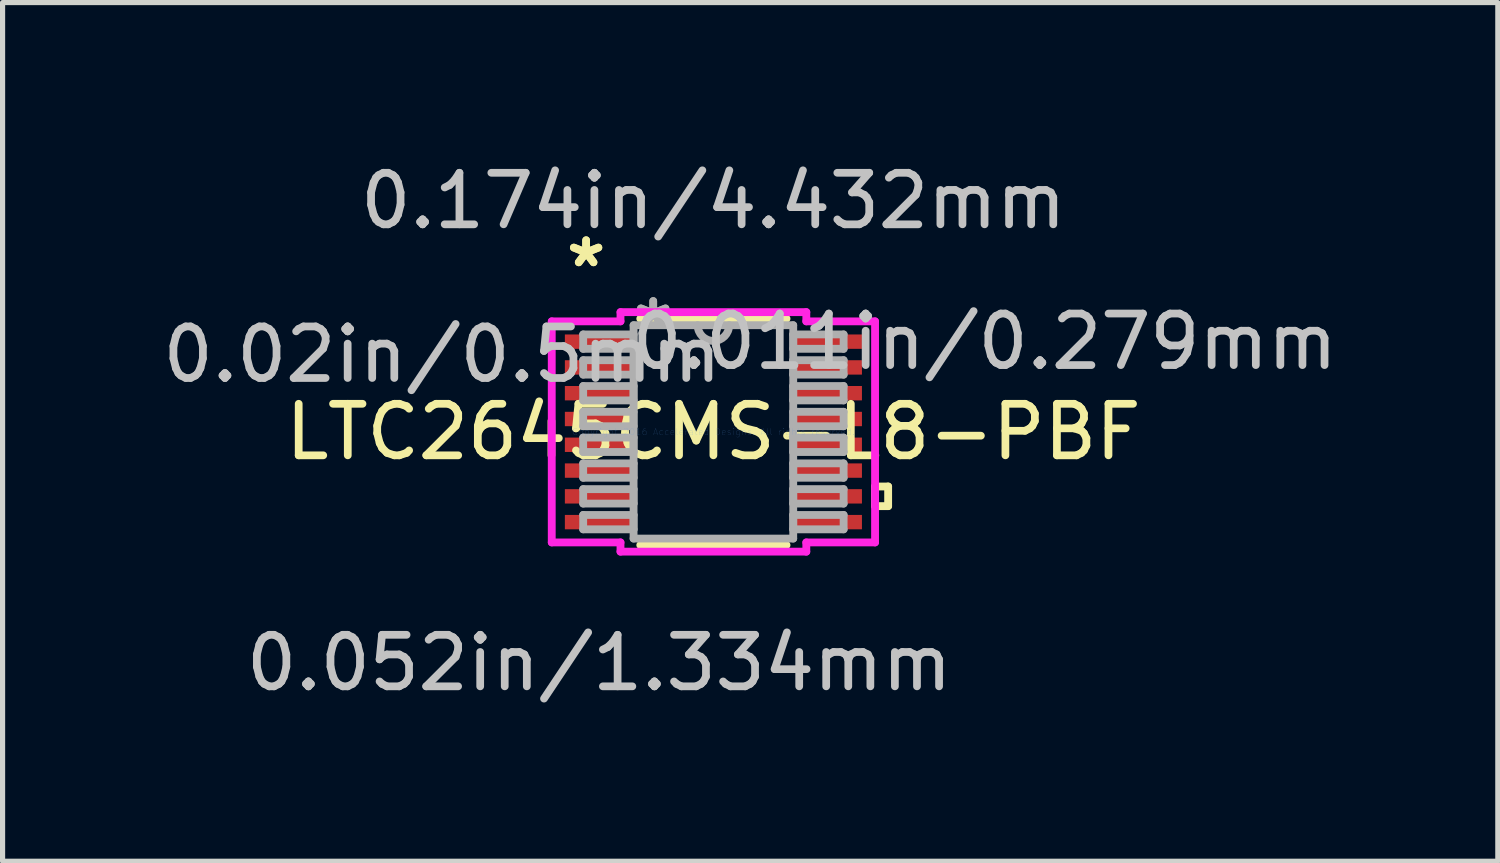
<source format=kicad_pcb>
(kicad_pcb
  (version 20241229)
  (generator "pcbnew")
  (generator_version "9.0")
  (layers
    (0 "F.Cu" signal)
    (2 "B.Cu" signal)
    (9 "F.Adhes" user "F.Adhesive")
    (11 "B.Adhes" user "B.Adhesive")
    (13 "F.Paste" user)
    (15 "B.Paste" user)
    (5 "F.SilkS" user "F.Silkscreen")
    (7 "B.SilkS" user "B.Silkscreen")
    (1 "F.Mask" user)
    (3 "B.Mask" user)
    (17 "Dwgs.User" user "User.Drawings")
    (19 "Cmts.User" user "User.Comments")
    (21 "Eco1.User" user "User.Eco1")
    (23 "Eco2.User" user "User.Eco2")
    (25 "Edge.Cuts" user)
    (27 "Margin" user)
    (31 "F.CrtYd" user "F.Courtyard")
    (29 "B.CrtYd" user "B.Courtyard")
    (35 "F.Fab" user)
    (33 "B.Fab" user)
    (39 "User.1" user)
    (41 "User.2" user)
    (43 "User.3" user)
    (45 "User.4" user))
  (footprint "LTC2645CMS-L8-PBF"
    (layer "F.Cu")
    (at 10.794 5.331)
    (property "Reference" "LTC2645CMS-L8-PBF" (at 0 0 0) (layer "F.SilkS") (effects (font (size 1 1) (thickness 0.15))))
    (attr through_hole)
    (fp_line (start -1.419 2.197) (end 1.419 2.197) (stroke (width 0.152) (type solid)) (layer "F.SilkS"))
    (fp_line (start 1.419 -2.197) (end -1.419 -2.197) (stroke (width 0.152) (type solid)) (layer "F.SilkS"))
    (fp_line (start 3.137 1.06) (end 3.391 1.06) (stroke (width 0.152) (type solid)) (layer "F.SilkS"))
    (fp_line (start 3.137 1.441) (end 3.137 1.06) (stroke (width 0.152) (type solid)) (layer "F.SilkS"))
    (fp_line (start 3.391 1.06) (end 3.391 1.441) (stroke (width 0.152) (type solid)) (layer "F.SilkS"))
    (fp_line (start 3.391 1.441) (end 3.137 1.441) (stroke (width 0.152) (type solid)) (layer "F.SilkS"))
    (fp_line (start -3.137 -2.145) (end -1.803 -2.145) (stroke (width 0.152) (type solid)) (layer "F.CrtYd"))
    (fp_line (start -3.137 2.145) (end -3.137 -2.145) (stroke (width 0.152) (type solid)) (layer "F.CrtYd"))
    (fp_line (start -1.803 -2.324) (end 1.803 -2.324) (stroke (width 0.152) (type solid)) (layer "F.CrtYd"))
    (fp_line (start -1.803 -2.145) (end -1.803 -2.324) (stroke (width 0.152) (type solid)) (layer "F.CrtYd"))
    (fp_line (start -1.803 2.145) (end -3.137 2.145) (stroke (width 0.152) (type solid)) (layer "F.CrtYd"))
    (fp_line (start -1.803 2.324) (end -1.803 2.145) (stroke (width 0.152) (type solid)) (layer "F.CrtYd"))
    (fp_line (start 1.803 -2.324) (end 1.803 -2.145) (stroke (width 0.152) (type solid)) (layer "F.CrtYd"))
    (fp_line (start 1.803 -2.145) (end 3.137 -2.145) (stroke (width 0.152) (type solid)) (layer "F.CrtYd"))
    (fp_line (start 1.803 2.145) (end 1.803 2.324) (stroke (width 0.152) (type solid)) (layer "F.CrtYd"))
    (fp_line (start 1.803 2.324) (end -1.803 2.324) (stroke (width 0.152) (type solid)) (layer "F.CrtYd"))
    (fp_line (start 3.137 -2.145) (end 3.137 2.145) (stroke (width 0.152) (type solid)) (layer "F.CrtYd"))
    (fp_line (start 3.137 2.145) (end 1.803 2.145) (stroke (width 0.152) (type solid)) (layer "F.CrtYd"))
    (fp_line (start -2.527 -1.891) (end -2.527 -1.612) (stroke (width 0.152) (type solid)) (layer "F.Fab"))
    (fp_line (start -2.527 -1.612) (end -1.549 -1.612) (stroke (width 0.152) (type solid)) (layer "F.Fab"))
    (fp_line (start -2.527 -1.391) (end -2.527 -1.111) (stroke (width 0.152) (type solid)) (layer "F.Fab"))
    (fp_line (start -2.527 -1.111) (end -1.549 -1.111) (stroke (width 0.152) (type solid)) (layer "F.Fab"))
    (fp_line (start -2.527 -0.89) (end -2.527 -0.611) (stroke (width 0.152) (type solid)) (layer "F.Fab"))
    (fp_line (start -2.527 -0.611) (end -1.549 -0.611) (stroke (width 0.152) (type solid)) (layer "F.Fab"))
    (fp_line (start -2.527 -0.39) (end -2.527 -0.11) (stroke (width 0.152) (type solid)) (layer "F.Fab"))
    (fp_line (start -2.527 -0.11) (end -1.549 -0.11) (stroke (width 0.152) (type solid)) (layer "F.Fab"))
    (fp_line (start -2.527 0.11) (end -2.527 0.39) (stroke (width 0.152) (type solid)) (layer "F.Fab"))
    (fp_line (start -2.527 0.39) (end -1.549 0.39) (stroke (width 0.152) (type solid)) (layer "F.Fab"))
    (fp_line (start -2.527 0.611) (end -2.527 0.89) (stroke (width 0.152) (type solid)) (layer "F.Fab"))
    (fp_line (start -2.527 0.89) (end -1.549 0.89) (stroke (width 0.152) (type solid)) (layer "F.Fab"))
    (fp_line (start -2.527 1.111) (end -2.527 1.391) (stroke (width 0.152) (type solid)) (layer "F.Fab"))
    (fp_line (start -2.527 1.391) (end -1.549 1.391) (stroke (width 0.152) (type solid)) (layer "F.Fab"))
    (fp_line (start -2.527 1.612) (end -2.527 1.891) (stroke (width 0.152) (type solid)) (layer "F.Fab"))
    (fp_line (start -2.527 1.891) (end -1.549 1.891) (stroke (width 0.152) (type solid)) (layer "F.Fab"))
    (fp_line (start -1.549 -2.07) (end -1.549 2.07) (stroke (width 0.152) (type solid)) (layer "F.Fab"))
    (fp_line (start -1.549 -1.891) (end -2.527 -1.891) (stroke (width 0.152) (type solid)) (layer "F.Fab"))
    (fp_line (start -1.549 -1.612) (end -1.549 -1.891) (stroke (width 0.152) (type solid)) (layer "F.Fab"))
    (fp_line (start -1.549 -1.391) (end -2.527 -1.391) (stroke (width 0.152) (type solid)) (layer "F.Fab"))
    (fp_line (start -1.549 -1.111) (end -1.549 -1.391) (stroke (width 0.152) (type solid)) (layer "F.Fab"))
    (fp_line (start -1.549 -0.89) (end -2.527 -0.89) (stroke (width 0.152) (type solid)) (layer "F.Fab"))
    (fp_line (start -1.549 -0.611) (end -1.549 -0.89) (stroke (width 0.152) (type solid)) (layer "F.Fab"))
    (fp_line (start -1.549 -0.39) (end -2.527 -0.39) (stroke (width 0.152) (type solid)) (layer "F.Fab"))
    (fp_line (start -1.549 -0.11) (end -1.549 -0.39) (stroke (width 0.152) (type solid)) (layer "F.Fab"))
    (fp_line (start -1.549 0.11) (end -2.527 0.11) (stroke (width 0.152) (type solid)) (layer "F.Fab"))
    (fp_line (start -1.549 0.39) (end -1.549 0.11) (stroke (width 0.152) (type solid)) (layer "F.Fab"))
    (fp_line (start -1.549 0.611) (end -2.527 0.611) (stroke (width 0.152) (type solid)) (layer "F.Fab"))
    (fp_line (start -1.549 0.89) (end -1.549 0.611) (stroke (width 0.152) (type solid)) (layer "F.Fab"))
    (fp_line (start -1.549 1.111) (end -2.527 1.111) (stroke (width 0.152) (type solid)) (layer "F.Fab"))
    (fp_line (start -1.549 1.391) (end -1.549 1.111) (stroke (width 0.152) (type solid)) (layer "F.Fab"))
    (fp_line (start -1.549 1.612) (end -2.527 1.612) (stroke (width 0.152) (type solid)) (layer "F.Fab"))
    (fp_line (start -1.549 1.891) (end -1.549 1.612) (stroke (width 0.152) (type solid)) (layer "F.Fab"))
    (fp_line (start -1.549 2.07) (end 1.549 2.07) (stroke (width 0.152) (type solid)) (layer "F.Fab"))
    (fp_line (start 1.549 -2.07) (end -1.549 -2.07) (stroke (width 0.152) (type solid)) (layer "F.Fab"))
    (fp_line (start 1.549 -1.891) (end 1.549 -1.612) (stroke (width 0.152) (type solid)) (layer "F.Fab"))
    (fp_line (start 1.549 -1.612) (end 2.527 -1.612) (stroke (width 0.152) (type solid)) (layer "F.Fab"))
    (fp_line (start 1.549 -1.391) (end 1.549 -1.111) (stroke (width 0.152) (type solid)) (layer "F.Fab"))
    (fp_line (start 1.549 -1.111) (end 2.527 -1.111) (stroke (width 0.152) (type solid)) (layer "F.Fab"))
    (fp_line (start 1.549 -0.89) (end 1.549 -0.611) (stroke (width 0.152) (type solid)) (layer "F.Fab"))
    (fp_line (start 1.549 -0.611) (end 2.527 -0.611) (stroke (width 0.152) (type solid)) (layer "F.Fab"))
    (fp_line (start 1.549 -0.39) (end 1.549 -0.11) (stroke (width 0.152) (type solid)) (layer "F.Fab"))
    (fp_line (start 1.549 -0.11) (end 2.527 -0.11) (stroke (width 0.152) (type solid)) (layer "F.Fab"))
    (fp_line (start 1.549 0.11) (end 1.549 0.39) (stroke (width 0.152) (type solid)) (layer "F.Fab"))
    (fp_line (start 1.549 0.39) (end 2.527 0.39) (stroke (width 0.152) (type solid)) (layer "F.Fab"))
    (fp_line (start 1.549 0.611) (end 1.549 0.89) (stroke (width 0.152) (type solid)) (layer "F.Fab"))
    (fp_line (start 1.549 0.89) (end 2.527 0.89) (stroke (width 0.152) (type solid)) (layer "F.Fab"))
    (fp_line (start 1.549 1.111) (end 1.549 1.391) (stroke (width 0.152) (type solid)) (layer "F.Fab"))
    (fp_line (start 1.549 1.391) (end 2.527 1.391) (stroke (width 0.152) (type solid)) (layer "F.Fab"))
    (fp_line (start 1.549 1.612) (end 1.549 1.891) (stroke (width 0.152) (type solid)) (layer "F.Fab"))
    (fp_line (start 1.549 1.891) (end 2.527 1.891) (stroke (width 0.152) (type solid)) (layer "F.Fab"))
    (fp_line (start 1.549 2.07) (end 1.549 -2.07) (stroke (width 0.152) (type solid)) (layer "F.Fab"))
    (fp_line (start 2.527 -1.891) (end 1.549 -1.891) (stroke (width 0.152) (type solid)) (layer "F.Fab"))
    (fp_line (start 2.527 -1.612) (end 2.527 -1.891) (stroke (width 0.152) (type solid)) (layer "F.Fab"))
    (fp_line (start 2.527 -1.391) (end 1.549 -1.391) (stroke (width 0.152) (type solid)) (layer "F.Fab"))
    (fp_line (start 2.527 -1.111) (end 2.527 -1.391) (stroke (width 0.152) (type solid)) (layer "F.Fab"))
    (fp_line (start 2.527 -0.89) (end 1.549 -0.89) (stroke (width 0.152) (type solid)) (layer "F.Fab"))
    (fp_line (start 2.527 -0.611) (end 2.527 -0.89) (stroke (width 0.152) (type solid)) (layer "F.Fab"))
    (fp_line (start 2.527 -0.39) (end 1.549 -0.39) (stroke (width 0.152) (type solid)) (layer "F.Fab"))
    (fp_line (start 2.527 -0.11) (end 2.527 -0.39) (stroke (width 0.152) (type solid)) (layer "F.Fab"))
    (fp_line (start 2.527 0.11) (end 1.549 0.11) (stroke (width 0.152) (type solid)) (layer "F.Fab"))
    (fp_line (start 2.527 0.39) (end 2.527 0.11) (stroke (width 0.152) (type solid)) (layer "F.Fab"))
    (fp_line (start 2.527 0.611) (end 1.549 0.611) (stroke (width 0.152) (type solid)) (layer "F.Fab"))
    (fp_line (start 2.527 0.89) (end 2.527 0.611) (stroke (width 0.152) (type solid)) (layer "F.Fab"))
    (fp_line (start 2.527 1.111) (end 1.549 1.111) (stroke (width 0.152) (type solid)) (layer "F.Fab"))
    (fp_line (start 2.527 1.391) (end 2.527 1.111) (stroke (width 0.152) (type solid)) (layer "F.Fab"))
    (fp_line (start 2.527 1.612) (end 1.549 1.612) (stroke (width 0.152) (type solid)) (layer "F.Fab"))
    (fp_line (start 2.527 1.891) (end 2.527 1.612) (stroke (width 0.152) (type solid)) (layer "F.Fab"))
    (fp_arc (start 0.3048 -2.0701) (mid 0 -1.7653) (end -0.3048 -2.0701) (stroke (width 0.1524) (type solid)) (layer "F.Fab"))
    (fp_text user "*" (at -2.47 -3.174 0) (layer "F.SilkS") (effects (font (size 1 1) (thickness 0.15))))
    (fp_text user "*" (at -2.47 -3.174 0) (layer "F.SilkS") (effects (font (size 1 1) (thickness 0.15))))
    (fp_text user "0.052in/1.334mm" (at -2.216 4.483 0) (layer "Dwgs.User") (effects (font (size 1 1) (thickness 0.15))))
    (fp_text user "0.02in/0.5mm" (at -5.264 -1.501 0) (layer "Dwgs.User") (effects (font (size 1 1) (thickness 0.15))))
    (fp_text user "0.011in/0.279mm" (at 5.264 -1.751 0) (layer "Dwgs.User") (effects (font (size 1 1) (thickness 0.15))))
    (fp_text user "0.174in/4.432mm" (at 0 -4.483 0) (layer "Dwgs.User") (effects (font (size 1 1) (thickness 0.15))))
    (fp_text user "Copyright 2016 Accelerated Designs. All rights reserved." (at 0 0 0) (layer "Cmts.User") (effects (font (size 0.127 0.127) (thickness 0.002))))
    (fp_text user "*" (at -1.168 -1.994 0) (layer "F.Fab") (effects (font (size 1 1) (thickness 0.15))))
    (fp_text user "*" (at -1.168 -1.994 0) (layer "F.Fab") (effects (font (size 1 1) (thickness 0.15))))
    (pad "1" smd rect (at -2.216 -1.751) (size 1.333 0.279) (layers "F.Cu" "F.Mask" "F.Paste"))
    (pad "2" smd rect (at -2.216 -1.251) (size 1.333 0.279) (layers "F.Cu" "F.Mask" "F.Paste"))
    (pad "3" smd rect (at -2.216 -0.751) (size 1.333 0.279) (layers "F.Cu" "F.Mask" "F.Paste"))
    (pad "4" smd rect (at -2.216 -0.25) (size 1.333 0.279) (layers "F.Cu" "F.Mask" "F.Paste"))
    (pad "5" smd rect (at -2.216 0.25) (size 1.333 0.279) (layers "F.Cu" "F.Mask" "F.Paste"))
    (pad "6" smd rect (at -2.216 0.751) (size 1.333 0.279) (layers "F.Cu" "F.Mask" "F.Paste"))
    (pad "7" smd rect (at -2.216 1.251) (size 1.333 0.279) (layers "F.Cu" "F.Mask" "F.Paste"))
    (pad "8" smd rect (at -2.216 1.751) (size 1.333 0.279) (layers "F.Cu" "F.Mask" "F.Paste"))
    (pad "9" smd rect (at 2.216 1.751) (size 1.333 0.279) (layers "F.Cu" "F.Mask" "F.Paste"))
    (pad "10" smd rect (at 2.216 1.251) (size 1.333 0.279) (layers "F.Cu" "F.Mask" "F.Paste"))
    (pad "11" smd rect (at 2.216 0.751) (size 1.333 0.279) (layers "F.Cu" "F.Mask" "F.Paste"))
    (pad "12" smd rect (at 2.216 0.25) (size 1.333 0.279) (layers "F.Cu" "F.Mask" "F.Paste"))
    (pad "13" smd rect (at 2.216 -0.25) (size 1.333 0.279) (layers "F.Cu" "F.Mask" "F.Paste"))
    (pad "14" smd rect (at 2.216 -0.751) (size 1.333 0.279) (layers "F.Cu" "F.Mask" "F.Paste"))
    (pad "15" smd rect (at 2.216 -1.251) (size 1.333 0.279) (layers "F.Cu" "F.Mask" "F.Paste"))
    (pad "16" smd rect (at 2.216 -1.751) (size 1.333 0.279) (layers "F.Cu" "F.Mask" "F.Paste")))
  (gr_rect
    (start -3 -3)
    (end 26.016 13.663)
    (stroke (width 0.1) (type default))
    (fill no)
    (layer "Edge.Cuts")))
</source>
